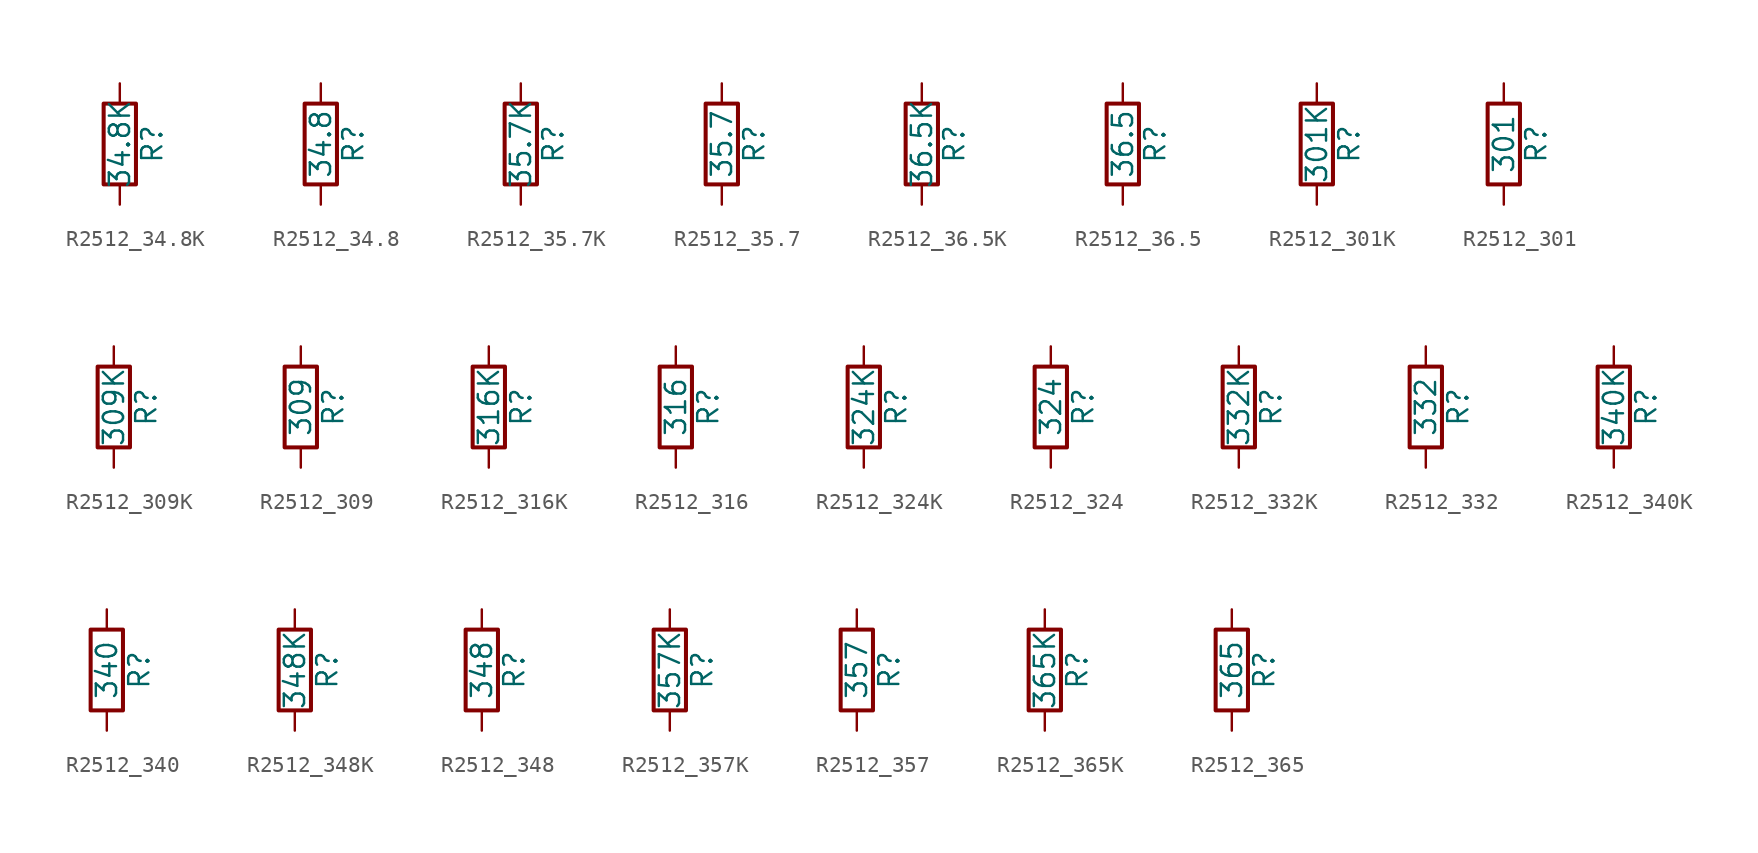
<source format=kicad_sym>
(kicad_symbol_lib
  (version 20211014)
  (generator atlantix-eda)
  (symbol "R2512_34.8K"
    (pin_numbers hide)
    (pin_names
      (offset 0))
    (property "Reference" "R"
      (at 2.032 0 90)
      (effects (font (size 1.27 1.27))))
    (property "Value" "34.8K"
      (at 0 0 90)
      (effects (font (size 1.27 1.27))))
    (symbol "R2512_34.8K_0_1"
      (rectangle (start -1.016 -2.54) (end 1.016 2.54) (stroke (width 0.254) (type default) (color 0 0 0 0)) (fill (type none))))
    (symbol "R2512_34.8K_1_1"
      (pin passive line (at 0 3.81 270) (length 1.27) (name "~" (effects (font (size 1.27 1.27)))) (number "1" (effects (font (size 1.27 1.27)))))
      (pin passive line (at 0 -3.81 90) (length 1.27) (name "~" (effects (font (size 1.27 1.27)))) (number "2" (effects (font (size 1.27 1.27)))))))
  (symbol "R2512_34.8"
    (pin_numbers hide)
    (pin_names
      (offset 0))
    (property "Reference" "R"
      (at 2.032 0 90)
      (effects (font (size 1.27 1.27))))
    (property "Value" "34.8"
      (at 0 0 90)
      (effects (font (size 1.27 1.27))))
    (symbol "R2512_34.8_0_1"
      (rectangle (start -1.016 -2.54) (end 1.016 2.54) (stroke (width 0.254) (type default) (color 0 0 0 0)) (fill (type none))))
    (symbol "R2512_34.8_1_1"
      (pin passive line (at 0 3.81 270) (length 1.27) (name "~" (effects (font (size 1.27 1.27)))) (number "1" (effects (font (size 1.27 1.27)))))
      (pin passive line (at 0 -3.81 90) (length 1.27) (name "~" (effects (font (size 1.27 1.27)))) (number "2" (effects (font (size 1.27 1.27)))))))
  (symbol "R2512_35.7K"
    (pin_numbers hide)
    (pin_names
      (offset 0))
    (property "Reference" "R"
      (at 2.032 0 90)
      (effects (font (size 1.27 1.27))))
    (property "Value" "35.7K"
      (at 0 0 90)
      (effects (font (size 1.27 1.27))))
    (symbol "R2512_35.7K_0_1"
      (rectangle (start -1.016 -2.54) (end 1.016 2.54) (stroke (width 0.254) (type default) (color 0 0 0 0)) (fill (type none))))
    (symbol "R2512_35.7K_1_1"
      (pin passive line (at 0 3.81 270) (length 1.27) (name "~" (effects (font (size 1.27 1.27)))) (number "1" (effects (font (size 1.27 1.27)))))
      (pin passive line (at 0 -3.81 90) (length 1.27) (name "~" (effects (font (size 1.27 1.27)))) (number "2" (effects (font (size 1.27 1.27)))))))
  (symbol "R2512_35.7"
    (pin_numbers hide)
    (pin_names
      (offset 0))
    (property "Reference" "R"
      (at 2.032 0 90)
      (effects (font (size 1.27 1.27))))
    (property "Value" "35.7"
      (at 0 0 90)
      (effects (font (size 1.27 1.27))))
    (symbol "R2512_35.7_0_1"
      (rectangle (start -1.016 -2.54) (end 1.016 2.54) (stroke (width 0.254) (type default) (color 0 0 0 0)) (fill (type none))))
    (symbol "R2512_35.7_1_1"
      (pin passive line (at 0 3.81 270) (length 1.27) (name "~" (effects (font (size 1.27 1.27)))) (number "1" (effects (font (size 1.27 1.27)))))
      (pin passive line (at 0 -3.81 90) (length 1.27) (name "~" (effects (font (size 1.27 1.27)))) (number "2" (effects (font (size 1.27 1.27)))))))
  (symbol "R2512_36.5K"
    (pin_numbers hide)
    (pin_names
      (offset 0))
    (property "Reference" "R"
      (at 2.032 0 90)
      (effects (font (size 1.27 1.27))))
    (property "Value" "36.5K"
      (at 0 0 90)
      (effects (font (size 1.27 1.27))))
    (symbol "R2512_36.5K_0_1"
      (rectangle (start -1.016 -2.54) (end 1.016 2.54) (stroke (width 0.254) (type default) (color 0 0 0 0)) (fill (type none))))
    (symbol "R2512_36.5K_1_1"
      (pin passive line (at 0 3.81 270) (length 1.27) (name "~" (effects (font (size 1.27 1.27)))) (number "1" (effects (font (size 1.27 1.27)))))
      (pin passive line (at 0 -3.81 90) (length 1.27) (name "~" (effects (font (size 1.27 1.27)))) (number "2" (effects (font (size 1.27 1.27)))))))
  (symbol "R2512_36.5"
    (pin_numbers hide)
    (pin_names
      (offset 0))
    (property "Reference" "R"
      (at 2.032 0 90)
      (effects (font (size 1.27 1.27))))
    (property "Value" "36.5"
      (at 0 0 90)
      (effects (font (size 1.27 1.27))))
    (symbol "R2512_36.5_0_1"
      (rectangle (start -1.016 -2.54) (end 1.016 2.54) (stroke (width 0.254) (type default) (color 0 0 0 0)) (fill (type none))))
    (symbol "R2512_36.5_1_1"
      (pin passive line (at 0 3.81 270) (length 1.27) (name "~" (effects (font (size 1.27 1.27)))) (number "1" (effects (font (size 1.27 1.27)))))
      (pin passive line (at 0 -3.81 90) (length 1.27) (name "~" (effects (font (size 1.27 1.27)))) (number "2" (effects (font (size 1.27 1.27)))))))
  (symbol "R2512_301K"
    (pin_numbers hide)
    (pin_names
      (offset 0))
    (property "Reference" "R"
      (at 2.032 0 90)
      (effects (font (size 1.27 1.27))))
    (property "Value" "301K"
      (at 0 0 90)
      (effects (font (size 1.27 1.27))))
    (symbol "R2512_301K_0_1"
      (rectangle (start -1.016 -2.54) (end 1.016 2.54) (stroke (width 0.254) (type default) (color 0 0 0 0)) (fill (type none))))
    (symbol "R2512_301K_1_1"
      (pin passive line (at 0 3.81 270) (length 1.27) (name "~" (effects (font (size 1.27 1.27)))) (number "1" (effects (font (size 1.27 1.27)))))
      (pin passive line (at 0 -3.81 90) (length 1.27) (name "~" (effects (font (size 1.27 1.27)))) (number "2" (effects (font (size 1.27 1.27)))))))
  (symbol "R2512_301"
    (pin_numbers hide)
    (pin_names
      (offset 0))
    (property "Reference" "R"
      (at 2.032 0 90)
      (effects (font (size 1.27 1.27))))
    (property "Value" "301"
      (at 0 0 90)
      (effects (font (size 1.27 1.27))))
    (symbol "R2512_301_0_1"
      (rectangle (start -1.016 -2.54) (end 1.016 2.54) (stroke (width 0.254) (type default) (color 0 0 0 0)) (fill (type none))))
    (symbol "R2512_301_1_1"
      (pin passive line (at 0 3.81 270) (length 1.27) (name "~" (effects (font (size 1.27 1.27)))) (number "1" (effects (font (size 1.27 1.27)))))
      (pin passive line (at 0 -3.81 90) (length 1.27) (name "~" (effects (font (size 1.27 1.27)))) (number "2" (effects (font (size 1.27 1.27)))))))
  (symbol "R2512_309K"
    (pin_numbers hide)
    (pin_names
      (offset 0))
    (property "Reference" "R"
      (at 2.032 0 90)
      (effects (font (size 1.27 1.27))))
    (property "Value" "309K"
      (at 0 0 90)
      (effects (font (size 1.27 1.27))))
    (symbol "R2512_309K_0_1"
      (rectangle (start -1.016 -2.54) (end 1.016 2.54) (stroke (width 0.254) (type default) (color 0 0 0 0)) (fill (type none))))
    (symbol "R2512_309K_1_1"
      (pin passive line (at 0 3.81 270) (length 1.27) (name "~" (effects (font (size 1.27 1.27)))) (number "1" (effects (font (size 1.27 1.27)))))
      (pin passive line (at 0 -3.81 90) (length 1.27) (name "~" (effects (font (size 1.27 1.27)))) (number "2" (effects (font (size 1.27 1.27)))))))
  (symbol "R2512_309"
    (pin_numbers hide)
    (pin_names
      (offset 0))
    (property "Reference" "R"
      (at 2.032 0 90)
      (effects (font (size 1.27 1.27))))
    (property "Value" "309"
      (at 0 0 90)
      (effects (font (size 1.27 1.27))))
    (symbol "R2512_309_0_1"
      (rectangle (start -1.016 -2.54) (end 1.016 2.54) (stroke (width 0.254) (type default) (color 0 0 0 0)) (fill (type none))))
    (symbol "R2512_309_1_1"
      (pin passive line (at 0 3.81 270) (length 1.27) (name "~" (effects (font (size 1.27 1.27)))) (number "1" (effects (font (size 1.27 1.27)))))
      (pin passive line (at 0 -3.81 90) (length 1.27) (name "~" (effects (font (size 1.27 1.27)))) (number "2" (effects (font (size 1.27 1.27)))))))
  (symbol "R2512_316K"
    (pin_numbers hide)
    (pin_names
      (offset 0))
    (property "Reference" "R"
      (at 2.032 0 90)
      (effects (font (size 1.27 1.27))))
    (property "Value" "316K"
      (at 0 0 90)
      (effects (font (size 1.27 1.27))))
    (symbol "R2512_316K_0_1"
      (rectangle (start -1.016 -2.54) (end 1.016 2.54) (stroke (width 0.254) (type default) (color 0 0 0 0)) (fill (type none))))
    (symbol "R2512_316K_1_1"
      (pin passive line (at 0 3.81 270) (length 1.27) (name "~" (effects (font (size 1.27 1.27)))) (number "1" (effects (font (size 1.27 1.27)))))
      (pin passive line (at 0 -3.81 90) (length 1.27) (name "~" (effects (font (size 1.27 1.27)))) (number "2" (effects (font (size 1.27 1.27)))))))
  (symbol "R2512_316"
    (pin_numbers hide)
    (pin_names
      (offset 0))
    (property "Reference" "R"
      (at 2.032 0 90)
      (effects (font (size 1.27 1.27))))
    (property "Value" "316"
      (at 0 0 90)
      (effects (font (size 1.27 1.27))))
    (symbol "R2512_316_0_1"
      (rectangle (start -1.016 -2.54) (end 1.016 2.54) (stroke (width 0.254) (type default) (color 0 0 0 0)) (fill (type none))))
    (symbol "R2512_316_1_1"
      (pin passive line (at 0 3.81 270) (length 1.27) (name "~" (effects (font (size 1.27 1.27)))) (number "1" (effects (font (size 1.27 1.27)))))
      (pin passive line (at 0 -3.81 90) (length 1.27) (name "~" (effects (font (size 1.27 1.27)))) (number "2" (effects (font (size 1.27 1.27)))))))
  (symbol "R2512_324K"
    (pin_numbers hide)
    (pin_names
      (offset 0))
    (property "Reference" "R"
      (at 2.032 0 90)
      (effects (font (size 1.27 1.27))))
    (property "Value" "324K"
      (at 0 0 90)
      (effects (font (size 1.27 1.27))))
    (symbol "R2512_324K_0_1"
      (rectangle (start -1.016 -2.54) (end 1.016 2.54) (stroke (width 0.254) (type default) (color 0 0 0 0)) (fill (type none))))
    (symbol "R2512_324K_1_1"
      (pin passive line (at 0 3.81 270) (length 1.27) (name "~" (effects (font (size 1.27 1.27)))) (number "1" (effects (font (size 1.27 1.27)))))
      (pin passive line (at 0 -3.81 90) (length 1.27) (name "~" (effects (font (size 1.27 1.27)))) (number "2" (effects (font (size 1.27 1.27)))))))
  (symbol "R2512_324"
    (pin_numbers hide)
    (pin_names
      (offset 0))
    (property "Reference" "R"
      (at 2.032 0 90)
      (effects (font (size 1.27 1.27))))
    (property "Value" "324"
      (at 0 0 90)
      (effects (font (size 1.27 1.27))))
    (symbol "R2512_324_0_1"
      (rectangle (start -1.016 -2.54) (end 1.016 2.54) (stroke (width 0.254) (type default) (color 0 0 0 0)) (fill (type none))))
    (symbol "R2512_324_1_1"
      (pin passive line (at 0 3.81 270) (length 1.27) (name "~" (effects (font (size 1.27 1.27)))) (number "1" (effects (font (size 1.27 1.27)))))
      (pin passive line (at 0 -3.81 90) (length 1.27) (name "~" (effects (font (size 1.27 1.27)))) (number "2" (effects (font (size 1.27 1.27)))))))
  (symbol "R2512_332K"
    (pin_numbers hide)
    (pin_names
      (offset 0))
    (property "Reference" "R"
      (at 2.032 0 90)
      (effects (font (size 1.27 1.27))))
    (property "Value" "332K"
      (at 0 0 90)
      (effects (font (size 1.27 1.27))))
    (symbol "R2512_332K_0_1"
      (rectangle (start -1.016 -2.54) (end 1.016 2.54) (stroke (width 0.254) (type default) (color 0 0 0 0)) (fill (type none))))
    (symbol "R2512_332K_1_1"
      (pin passive line (at 0 3.81 270) (length 1.27) (name "~" (effects (font (size 1.27 1.27)))) (number "1" (effects (font (size 1.27 1.27)))))
      (pin passive line (at 0 -3.81 90) (length 1.27) (name "~" (effects (font (size 1.27 1.27)))) (number "2" (effects (font (size 1.27 1.27)))))))
  (symbol "R2512_332"
    (pin_numbers hide)
    (pin_names
      (offset 0))
    (property "Reference" "R"
      (at 2.032 0 90)
      (effects (font (size 1.27 1.27))))
    (property "Value" "332"
      (at 0 0 90)
      (effects (font (size 1.27 1.27))))
    (symbol "R2512_332_0_1"
      (rectangle (start -1.016 -2.54) (end 1.016 2.54) (stroke (width 0.254) (type default) (color 0 0 0 0)) (fill (type none))))
    (symbol "R2512_332_1_1"
      (pin passive line (at 0 3.81 270) (length 1.27) (name "~" (effects (font (size 1.27 1.27)))) (number "1" (effects (font (size 1.27 1.27)))))
      (pin passive line (at 0 -3.81 90) (length 1.27) (name "~" (effects (font (size 1.27 1.27)))) (number "2" (effects (font (size 1.27 1.27)))))))
  (symbol "R2512_340K"
    (pin_numbers hide)
    (pin_names
      (offset 0))
    (property "Reference" "R"
      (at 2.032 0 90)
      (effects (font (size 1.27 1.27))))
    (property "Value" "340K"
      (at 0 0 90)
      (effects (font (size 1.27 1.27))))
    (symbol "R2512_340K_0_1"
      (rectangle (start -1.016 -2.54) (end 1.016 2.54) (stroke (width 0.254) (type default) (color 0 0 0 0)) (fill (type none))))
    (symbol "R2512_340K_1_1"
      (pin passive line (at 0 3.81 270) (length 1.27) (name "~" (effects (font (size 1.27 1.27)))) (number "1" (effects (font (size 1.27 1.27)))))
      (pin passive line (at 0 -3.81 90) (length 1.27) (name "~" (effects (font (size 1.27 1.27)))) (number "2" (effects (font (size 1.27 1.27)))))))
  (symbol "R2512_340"
    (pin_numbers hide)
    (pin_names
      (offset 0))
    (property "Reference" "R"
      (at 2.032 0 90)
      (effects (font (size 1.27 1.27))))
    (property "Value" "340"
      (at 0 0 90)
      (effects (font (size 1.27 1.27))))
    (symbol "R2512_340_0_1"
      (rectangle (start -1.016 -2.54) (end 1.016 2.54) (stroke (width 0.254) (type default) (color 0 0 0 0)) (fill (type none))))
    (symbol "R2512_340_1_1"
      (pin passive line (at 0 3.81 270) (length 1.27) (name "~" (effects (font (size 1.27 1.27)))) (number "1" (effects (font (size 1.27 1.27)))))
      (pin passive line (at 0 -3.81 90) (length 1.27) (name "~" (effects (font (size 1.27 1.27)))) (number "2" (effects (font (size 1.27 1.27)))))))
  (symbol "R2512_348K"
    (pin_numbers hide)
    (pin_names
      (offset 0))
    (property "Reference" "R"
      (at 2.032 0 90)
      (effects (font (size 1.27 1.27))))
    (property "Value" "348K"
      (at 0 0 90)
      (effects (font (size 1.27 1.27))))
    (symbol "R2512_348K_0_1"
      (rectangle (start -1.016 -2.54) (end 1.016 2.54) (stroke (width 0.254) (type default) (color 0 0 0 0)) (fill (type none))))
    (symbol "R2512_348K_1_1"
      (pin passive line (at 0 3.81 270) (length 1.27) (name "~" (effects (font (size 1.27 1.27)))) (number "1" (effects (font (size 1.27 1.27)))))
      (pin passive line (at 0 -3.81 90) (length 1.27) (name "~" (effects (font (size 1.27 1.27)))) (number "2" (effects (font (size 1.27 1.27)))))))
  (symbol "R2512_348"
    (pin_numbers hide)
    (pin_names
      (offset 0))
    (property "Reference" "R"
      (at 2.032 0 90)
      (effects (font (size 1.27 1.27))))
    (property "Value" "348"
      (at 0 0 90)
      (effects (font (size 1.27 1.27))))
    (symbol "R2512_348_0_1"
      (rectangle (start -1.016 -2.54) (end 1.016 2.54) (stroke (width 0.254) (type default) (color 0 0 0 0)) (fill (type none))))
    (symbol "R2512_348_1_1"
      (pin passive line (at 0 3.81 270) (length 1.27) (name "~" (effects (font (size 1.27 1.27)))) (number "1" (effects (font (size 1.27 1.27)))))
      (pin passive line (at 0 -3.81 90) (length 1.27) (name "~" (effects (font (size 1.27 1.27)))) (number "2" (effects (font (size 1.27 1.27)))))))
  (symbol "R2512_357K"
    (pin_numbers hide)
    (pin_names
      (offset 0))
    (property "Reference" "R"
      (at 2.032 0 90)
      (effects (font (size 1.27 1.27))))
    (property "Value" "357K"
      (at 0 0 90)
      (effects (font (size 1.27 1.27))))
    (symbol "R2512_357K_0_1"
      (rectangle (start -1.016 -2.54) (end 1.016 2.54) (stroke (width 0.254) (type default) (color 0 0 0 0)) (fill (type none))))
    (symbol "R2512_357K_1_1"
      (pin passive line (at 0 3.81 270) (length 1.27) (name "~" (effects (font (size 1.27 1.27)))) (number "1" (effects (font (size 1.27 1.27)))))
      (pin passive line (at 0 -3.81 90) (length 1.27) (name "~" (effects (font (size 1.27 1.27)))) (number "2" (effects (font (size 1.27 1.27)))))))
  (symbol "R2512_357"
    (pin_numbers hide)
    (pin_names
      (offset 0))
    (property "Reference" "R"
      (at 2.032 0 90)
      (effects (font (size 1.27 1.27))))
    (property "Value" "357"
      (at 0 0 90)
      (effects (font (size 1.27 1.27))))
    (symbol "R2512_357_0_1"
      (rectangle (start -1.016 -2.54) (end 1.016 2.54) (stroke (width 0.254) (type default) (color 0 0 0 0)) (fill (type none))))
    (symbol "R2512_357_1_1"
      (pin passive line (at 0 3.81 270) (length 1.27) (name "~" (effects (font (size 1.27 1.27)))) (number "1" (effects (font (size 1.27 1.27)))))
      (pin passive line (at 0 -3.81 90) (length 1.27) (name "~" (effects (font (size 1.27 1.27)))) (number "2" (effects (font (size 1.27 1.27)))))))
  (symbol "R2512_365K"
    (pin_numbers hide)
    (pin_names
      (offset 0))
    (property "Reference" "R"
      (at 2.032 0 90)
      (effects (font (size 1.27 1.27))))
    (property "Value" "365K"
      (at 0 0 90)
      (effects (font (size 1.27 1.27))))
    (symbol "R2512_365K_0_1"
      (rectangle (start -1.016 -2.54) (end 1.016 2.54) (stroke (width 0.254) (type default) (color 0 0 0 0)) (fill (type none))))
    (symbol "R2512_365K_1_1"
      (pin passive line (at 0 3.81 270) (length 1.27) (name "~" (effects (font (size 1.27 1.27)))) (number "1" (effects (font (size 1.27 1.27)))))
      (pin passive line (at 0 -3.81 90) (length 1.27) (name "~" (effects (font (size 1.27 1.27)))) (number "2" (effects (font (size 1.27 1.27)))))))
  (symbol "R2512_365"
    (pin_numbers hide)
    (pin_names
      (offset 0))
    (property "Reference" "R"
      (at 2.032 0 90)
      (effects (font (size 1.27 1.27))))
    (property "Value" "365"
      (at 0 0 90)
      (effects (font (size 1.27 1.27))))
    (symbol "R2512_365_0_1"
      (rectangle (start -1.016 -2.54) (end 1.016 2.54) (stroke (width 0.254) (type default) (color 0 0 0 0)) (fill (type none))))
    (symbol "R2512_365_1_1"
      (pin passive line (at 0 3.81 270) (length 1.27) (name "~" (effects (font (size 1.27 1.27)))) (number "1" (effects (font (size 1.27 1.27)))))
      (pin passive line (at 0 -3.81 90) (length 1.27) (name "~" (effects (font (size 1.27 1.27)))) (number "2" (effects (font (size 1.27 1.27))))))))
</source>
